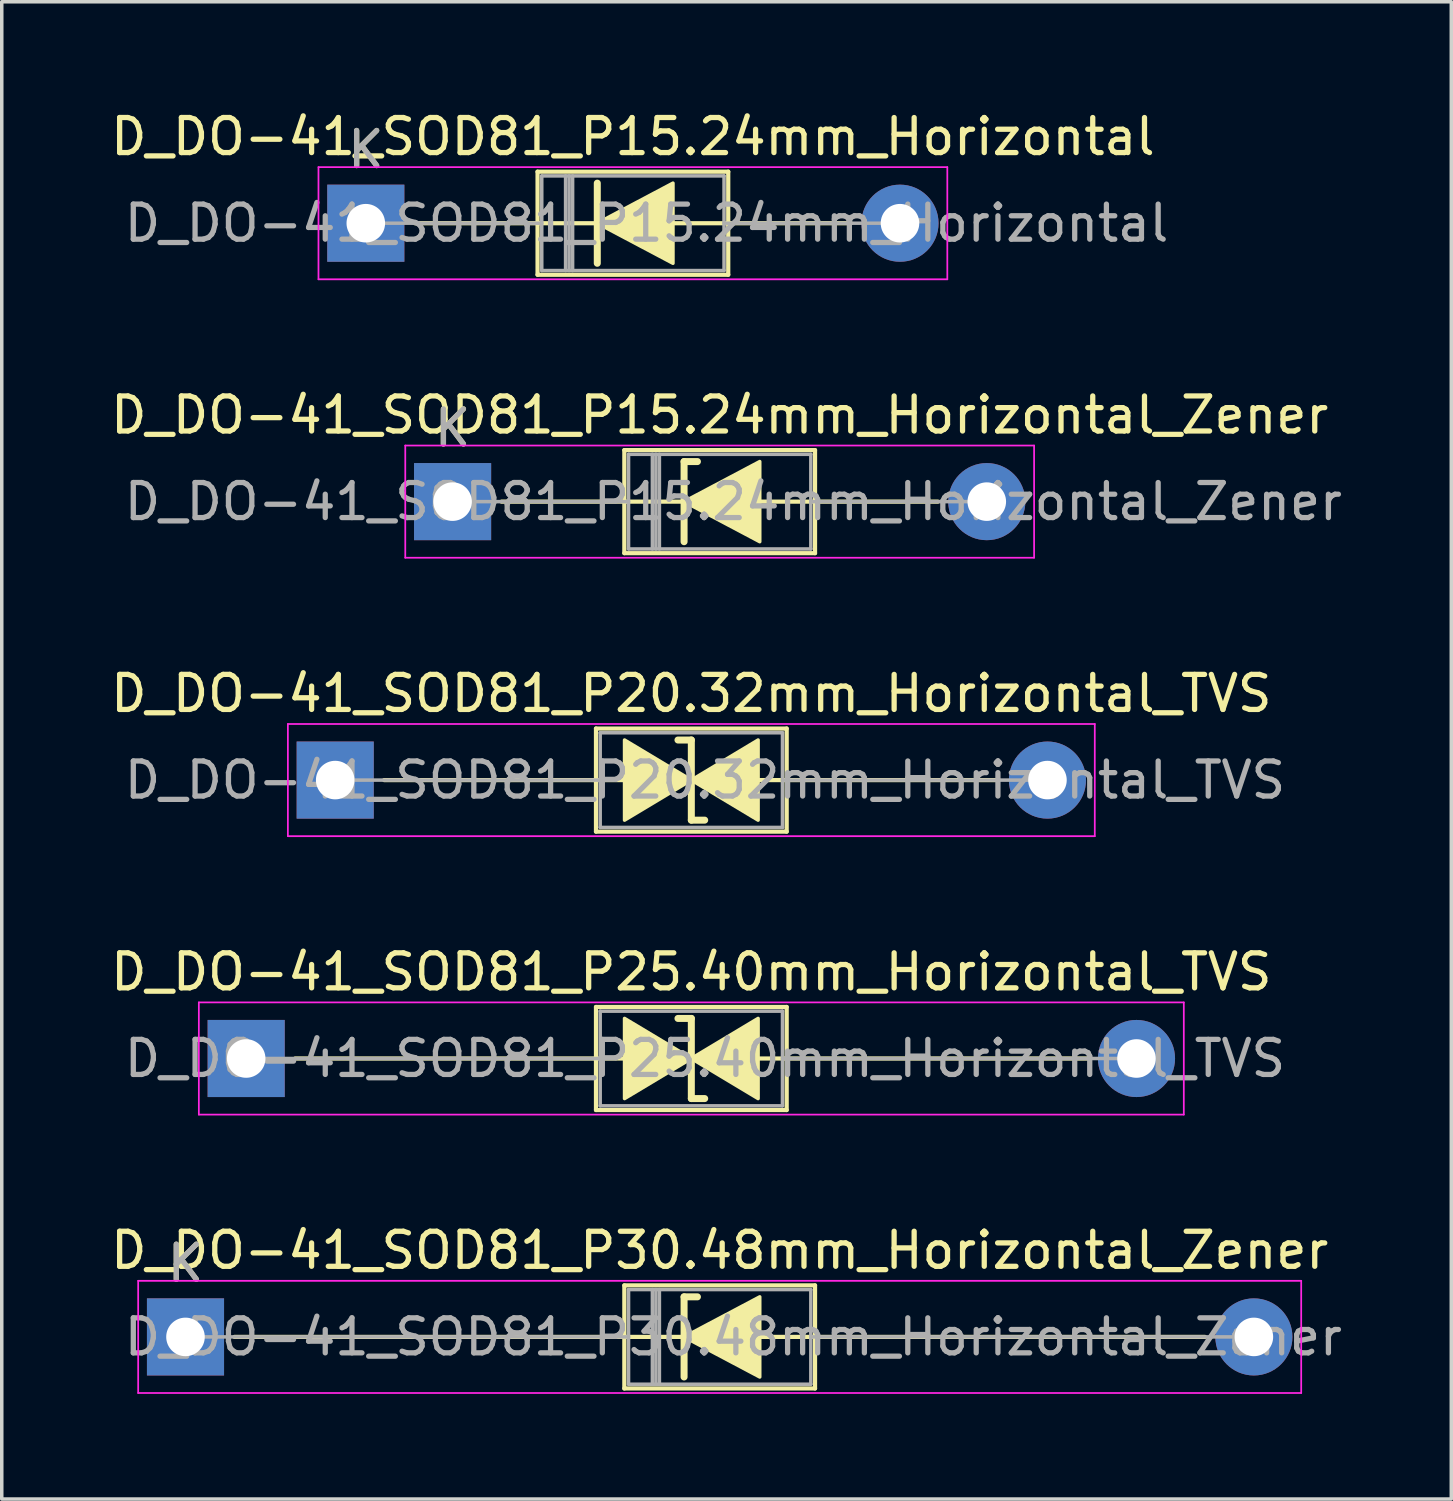
<source format=kicad_pcb>
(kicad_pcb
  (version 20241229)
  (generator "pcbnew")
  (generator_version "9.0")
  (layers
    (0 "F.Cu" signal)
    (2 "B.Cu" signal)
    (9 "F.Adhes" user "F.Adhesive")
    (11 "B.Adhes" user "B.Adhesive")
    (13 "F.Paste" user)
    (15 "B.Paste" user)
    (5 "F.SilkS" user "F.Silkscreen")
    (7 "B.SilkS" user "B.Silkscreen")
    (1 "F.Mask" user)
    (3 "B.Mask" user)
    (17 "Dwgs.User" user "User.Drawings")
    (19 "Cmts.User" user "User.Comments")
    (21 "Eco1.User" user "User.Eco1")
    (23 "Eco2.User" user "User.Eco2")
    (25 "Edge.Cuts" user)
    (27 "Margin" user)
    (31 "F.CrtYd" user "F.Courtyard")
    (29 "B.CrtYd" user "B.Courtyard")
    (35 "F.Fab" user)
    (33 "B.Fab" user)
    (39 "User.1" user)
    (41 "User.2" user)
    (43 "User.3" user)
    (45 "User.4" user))
  (footprint "D_DO-41_SOD81_P20.32mm_Horizontal_TVS"
    (layer "F.Cu")
    (at 6.513 19.205)
    (property "Reference" "D_DO-41_SOD81_P20.32mm_Horizontal_TVS" (at 10.16 -2.47 0) (layer "F.SilkS") (effects (font (size 1 1) (thickness 0.15))))
    (fp_line (start 1.397 0) (end 7.44 0) (stroke (width 0.12) (type solid)) (layer "F.SilkS"))
    (fp_line (start 7.44 -1.47) (end 7.44 1.47) (stroke (width 0.12) (type solid)) (layer "F.SilkS"))
    (fp_line (start 7.44 0) (end 8.255 0) (stroke (width 0.12) (type solid)) (layer "F.SilkS"))
    (fp_line (start 7.44 1.47) (end 12.88 1.47) (stroke (width 0.12) (type solid)) (layer "F.SilkS"))
    (fp_line (start 10.16 -1.143) (end 9.779 -1.143) (stroke (width 0.2) (type solid)) (layer "F.SilkS"))
    (fp_line (start 10.16 1.143) (end 10.16 -1.143) (stroke (width 0.2) (type solid)) (layer "F.SilkS"))
    (fp_line (start 10.541 1.143) (end 10.16 1.143) (stroke (width 0.2) (type solid)) (layer "F.SilkS"))
    (fp_line (start 12.065 0) (end 12.88 0) (stroke (width 0.12) (type solid)) (layer "F.SilkS"))
    (fp_line (start 12.88 -1.47) (end 7.44 -1.47) (stroke (width 0.12) (type solid)) (layer "F.SilkS"))
    (fp_line (start 12.88 1.47) (end 12.88 -1.47) (stroke (width 0.12) (type solid)) (layer "F.SilkS"))
    (fp_line (start 18.923 0) (end 12.88 0) (stroke (width 0.12) (type solid)) (layer "F.SilkS"))
    (fp_poly (pts (xy 10.16 0) (xy 8.255 1.143) (xy 8.255 -1.143)) (stroke (width 0.1) (type solid)) (fill yes) (layer "F.SilkS"))
    (fp_poly (pts (xy 10.16 0) (xy 12.065 -1.143) (xy 12.065 1.143)) (stroke (width 0.1) (type solid)) (fill yes) (layer "F.SilkS"))
    (fp_line (start -1.35 -1.6) (end -1.35 1.6) (stroke (width 0.05) (type solid)) (layer "F.CrtYd"))
    (fp_line (start -1.35 1.6) (end 21.67 1.6) (stroke (width 0.05) (type solid)) (layer "F.CrtYd"))
    (fp_line (start 21.67 -1.6) (end -1.35 -1.6) (stroke (width 0.05) (type solid)) (layer "F.CrtYd"))
    (fp_line (start 21.67 1.6) (end 21.67 -1.6) (stroke (width 0.05) (type solid)) (layer "F.CrtYd"))
    (fp_line (start 0 0) (end 7.56 0) (stroke (width 0.1) (type solid)) (layer "F.Fab"))
    (fp_line (start 7.56 -1.35) (end 7.56 1.35) (stroke (width 0.1) (type solid)) (layer "F.Fab"))
    (fp_line (start 7.56 1.35) (end 12.76 1.35) (stroke (width 0.1) (type solid)) (layer "F.Fab"))
    (fp_line (start 12.76 -1.35) (end 7.56 -1.35) (stroke (width 0.1) (type solid)) (layer "F.Fab"))
    (fp_line (start 12.76 1.35) (end 12.76 -1.35) (stroke (width 0.1) (type solid)) (layer "F.Fab"))
    (fp_line (start 20.32 0) (end 12.76 0) (stroke (width 0.1) (type solid)) (layer "F.Fab"))
    (fp_text user "${REFERENCE}" (at 10.55 0 0) (layer "F.Fab") (effects (font (size 1 1) (thickness 0.15))))
    (pad "1" thru_hole rect (at 0 0) (size 2.2 2.2) (drill 1.1) (layers "*.Cu" "*.Mask"))
    (pad "2" thru_hole oval (at 20.32 0) (size 2.2 2.2) (drill 1.1) (layers "*.Cu" "*.Mask")))
  (footprint "D_DO-41_SOD81_P30.48mm_Horizontal_Zener"
    (layer "F.Cu")
    (at 2.242 35.091)
    (property "Reference" "D_DO-41_SOD81_P30.48mm_Horizontal_Zener" (at 15.24 -2.47 0) (layer "F.SilkS") (effects (font (size 1 1) (thickness 0.15))))
    (attr through_hole)
    (fp_line (start 1.397 0) (end 12.52 0) (stroke (width 0.12) (type solid)) (layer "F.SilkS"))
    (fp_line (start 12.52 -1.47) (end 12.52 1.47) (stroke (width 0.12) (type solid)) (layer "F.SilkS"))
    (fp_line (start 12.52 1.47) (end 17.96 1.47) (stroke (width 0.12) (type solid)) (layer "F.SilkS"))
    (fp_line (start 14.224 -1.143) (end 14.224 1.143) (stroke (width 0.2) (type solid)) (layer "F.SilkS"))
    (fp_line (start 14.224 -1.143) (end 14.605 -1.143) (stroke (width 0.2) (type solid)) (layer "F.SilkS"))
    (fp_line (start 14.224 0) (end 12.52 0) (stroke (width 0.12) (type solid)) (layer "F.SilkS"))
    (fp_line (start 16.383 0) (end 17.96 0) (stroke (width 0.12) (type solid)) (layer "F.SilkS"))
    (fp_line (start 17.96 -1.47) (end 12.52 -1.47) (stroke (width 0.12) (type solid)) (layer "F.SilkS"))
    (fp_line (start 17.96 1.47) (end 17.96 -1.47) (stroke (width 0.12) (type solid)) (layer "F.SilkS"))
    (fp_line (start 29.083 0) (end 17.96 0) (stroke (width 0.12) (type solid)) (layer "F.SilkS"))
    (fp_poly (pts (xy 16.383 1.143) (xy 14.224 0) (xy 16.383 -1.143)) (stroke (width 0.1) (type solid)) (fill yes) (layer "F.SilkS"))
    (fp_line (start -1.35 -1.6) (end -1.35 1.6) (stroke (width 0.05) (type solid)) (layer "F.CrtYd"))
    (fp_line (start -1.35 1.6) (end 31.83 1.6) (stroke (width 0.05) (type solid)) (layer "F.CrtYd"))
    (fp_line (start 31.83 -1.6) (end -1.35 -1.6) (stroke (width 0.05) (type solid)) (layer "F.CrtYd"))
    (fp_line (start 31.83 1.6) (end 31.83 -1.6) (stroke (width 0.05) (type solid)) (layer "F.CrtYd"))
    (fp_line (start 0 0) (end 12.64 0) (stroke (width 0.1) (type solid)) (layer "F.Fab"))
    (fp_line (start 12.64 -1.35) (end 12.64 1.35) (stroke (width 0.1) (type solid)) (layer "F.Fab"))
    (fp_line (start 12.64 1.35) (end 17.84 1.35) (stroke (width 0.1) (type solid)) (layer "F.Fab"))
    (fp_line (start 13.32 -1.35) (end 13.32 1.35) (stroke (width 0.1) (type solid)) (layer "F.Fab"))
    (fp_line (start 13.42 -1.35) (end 13.42 1.35) (stroke (width 0.1) (type solid)) (layer "F.Fab"))
    (fp_line (start 13.52 -1.35) (end 13.52 1.35) (stroke (width 0.1) (type solid)) (layer "F.Fab"))
    (fp_line (start 17.84 -1.35) (end 12.64 -1.35) (stroke (width 0.1) (type solid)) (layer "F.Fab"))
    (fp_line (start 17.84 1.35) (end 17.84 -1.35) (stroke (width 0.1) (type solid)) (layer "F.Fab"))
    (fp_line (start 30.48 0) (end 17.84 0) (stroke (width 0.1) (type solid)) (layer "F.Fab"))
    (fp_text user "K" (at 0 -2.1 0) (layer "F.SilkS") (effects (font (size 1 1) (thickness 0.15))))
    (fp_text user "${REFERENCE}" (at 15.63 0 0) (layer "F.Fab") (effects (font (size 1 1) (thickness 0.15))))
    (fp_text user "K" (at 0 -2.1 0) (layer "F.Fab") (effects (font (size 1 1) (thickness 0.15))))
    (pad "1" thru_hole rect (at 0 0) (size 2.2 2.2) (drill 1.1) (layers "*.Cu" "*.Mask"))
    (pad "2" thru_hole oval (at 30.48 0) (size 2.2 2.2) (drill 1.1) (layers "*.Cu" "*.Mask")))
  (footprint "D_DO-41_SOD81_P15.24mm_Horizontal_Zener"
    (layer "F.Cu")
    (at 9.862 11.261)
    (property "Reference" "D_DO-41_SOD81_P15.24mm_Horizontal_Zener" (at 7.62 -2.47 0) (layer "F.SilkS") (effects (font (size 1 1) (thickness 0.15))))
    (attr through_hole)
    (fp_line (start 1.397 0) (end 4.9 0) (stroke (width 0.12) (type solid)) (layer "F.SilkS"))
    (fp_line (start 4.9 -1.47) (end 4.9 1.47) (stroke (width 0.12) (type solid)) (layer "F.SilkS"))
    (fp_line (start 4.9 1.47) (end 10.34 1.47) (stroke (width 0.12) (type solid)) (layer "F.SilkS"))
    (fp_line (start 6.604 -1.143) (end 6.604 1.143) (stroke (width 0.2) (type solid)) (layer "F.SilkS"))
    (fp_line (start 6.604 -1.143) (end 6.985 -1.143) (stroke (width 0.2) (type solid)) (layer "F.SilkS"))
    (fp_line (start 6.604 0) (end 4.9 0) (stroke (width 0.12) (type solid)) (layer "F.SilkS"))
    (fp_line (start 8.763 0) (end 10.34 0) (stroke (width 0.12) (type solid)) (layer "F.SilkS"))
    (fp_line (start 10.34 -1.47) (end 4.9 -1.47) (stroke (width 0.12) (type solid)) (layer "F.SilkS"))
    (fp_line (start 10.34 1.47) (end 10.34 -1.47) (stroke (width 0.12) (type solid)) (layer "F.SilkS"))
    (fp_line (start 13.843 0) (end 10.34 0) (stroke (width 0.12) (type solid)) (layer "F.SilkS"))
    (fp_poly (pts (xy 8.763 1.143) (xy 6.604 0) (xy 8.763 -1.143)) (stroke (width 0.1) (type solid)) (fill yes) (layer "F.SilkS"))
    (fp_line (start -1.35 -1.6) (end -1.35 1.6) (stroke (width 0.05) (type solid)) (layer "F.CrtYd"))
    (fp_line (start -1.35 1.6) (end 16.59 1.6) (stroke (width 0.05) (type solid)) (layer "F.CrtYd"))
    (fp_line (start 16.59 -1.6) (end -1.35 -1.6) (stroke (width 0.05) (type solid)) (layer "F.CrtYd"))
    (fp_line (start 16.59 1.6) (end 16.59 -1.6) (stroke (width 0.05) (type solid)) (layer "F.CrtYd"))
    (fp_line (start 0 0) (end 5.02 0) (stroke (width 0.1) (type solid)) (layer "F.Fab"))
    (fp_line (start 5.02 -1.35) (end 5.02 1.35) (stroke (width 0.1) (type solid)) (layer "F.Fab"))
    (fp_line (start 5.02 1.35) (end 10.22 1.35) (stroke (width 0.1) (type solid)) (layer "F.Fab"))
    (fp_line (start 5.7 -1.35) (end 5.7 1.35) (stroke (width 0.1) (type solid)) (layer "F.Fab"))
    (fp_line (start 5.8 -1.35) (end 5.8 1.35) (stroke (width 0.1) (type solid)) (layer "F.Fab"))
    (fp_line (start 5.9 -1.35) (end 5.9 1.35) (stroke (width 0.1) (type solid)) (layer "F.Fab"))
    (fp_line (start 10.22 -1.35) (end 5.02 -1.35) (stroke (width 0.1) (type solid)) (layer "F.Fab"))
    (fp_line (start 10.22 1.35) (end 10.22 -1.35) (stroke (width 0.1) (type solid)) (layer "F.Fab"))
    (fp_line (start 15.24 0) (end 10.22 0) (stroke (width 0.1) (type solid)) (layer "F.Fab"))
    (fp_text user "K" (at 0 -2.1 0) (layer "F.SilkS") (effects (font (size 1 1) (thickness 0.15))))
    (fp_text user "${REFERENCE}" (at 8.01 0 0) (layer "F.Fab") (effects (font (size 1 1) (thickness 0.15))))
    (fp_text user "K" (at 0 -2.1 0) (layer "F.Fab") (effects (font (size 1 1) (thickness 0.15))))
    (pad "1" thru_hole rect (at 0 0) (size 2.2 2.2) (drill 1.1) (layers "*.Cu" "*.Mask"))
    (pad "2" thru_hole oval (at 15.24 0) (size 2.2 2.2) (drill 1.1) (layers "*.Cu" "*.Mask")))
  (footprint "D_DO-41_SOD81_P25.40mm_Horizontal_TVS"
    (layer "F.Cu")
    (at 3.973 27.148)
    (property "Reference" "D_DO-41_SOD81_P25.40mm_Horizontal_TVS" (at 12.7 -2.47 0) (layer "F.SilkS") (effects (font (size 1 1) (thickness 0.15))))
    (fp_line (start 1.397 0) (end 9.98 0) (stroke (width 0.12) (type solid)) (layer "F.SilkS"))
    (fp_line (start 9.98 -1.47) (end 9.98 1.47) (stroke (width 0.12) (type solid)) (layer "F.SilkS"))
    (fp_line (start 9.98 0) (end 10.795 0) (stroke (width 0.12) (type solid)) (layer "F.SilkS"))
    (fp_line (start 9.98 1.47) (end 15.42 1.47) (stroke (width 0.12) (type solid)) (layer "F.SilkS"))
    (fp_line (start 12.7 -1.143) (end 12.319 -1.143) (stroke (width 0.2) (type solid)) (layer "F.SilkS"))
    (fp_line (start 12.7 1.143) (end 12.7 -1.143) (stroke (width 0.2) (type solid)) (layer "F.SilkS"))
    (fp_line (start 13.081 1.143) (end 12.7 1.143) (stroke (width 0.2) (type solid)) (layer "F.SilkS"))
    (fp_line (start 14.605 0) (end 15.42 0) (stroke (width 0.12) (type solid)) (layer "F.SilkS"))
    (fp_line (start 15.42 -1.47) (end 9.98 -1.47) (stroke (width 0.12) (type solid)) (layer "F.SilkS"))
    (fp_line (start 15.42 1.47) (end 15.42 -1.47) (stroke (width 0.12) (type solid)) (layer "F.SilkS"))
    (fp_line (start 24.003 0) (end 15.42 0) (stroke (width 0.12) (type solid)) (layer "F.SilkS"))
    (fp_poly (pts (xy 12.7 0) (xy 10.795 1.143) (xy 10.795 -1.143)) (stroke (width 0.1) (type solid)) (fill yes) (layer "F.SilkS"))
    (fp_poly (pts (xy 12.7 0) (xy 14.605 -1.143) (xy 14.605 1.143)) (stroke (width 0.1) (type solid)) (fill yes) (layer "F.SilkS"))
    (fp_line (start -1.35 -1.6) (end -1.35 1.6) (stroke (width 0.05) (type solid)) (layer "F.CrtYd"))
    (fp_line (start -1.35 1.6) (end 26.75 1.6) (stroke (width 0.05) (type solid)) (layer "F.CrtYd"))
    (fp_line (start 26.75 -1.6) (end -1.35 -1.6) (stroke (width 0.05) (type solid)) (layer "F.CrtYd"))
    (fp_line (start 26.75 1.6) (end 26.75 -1.6) (stroke (width 0.05) (type solid)) (layer "F.CrtYd"))
    (fp_line (start 0 0) (end 10.1 0) (stroke (width 0.1) (type solid)) (layer "F.Fab"))
    (fp_line (start 10.1 -1.35) (end 10.1 1.35) (stroke (width 0.1) (type solid)) (layer "F.Fab"))
    (fp_line (start 10.1 1.35) (end 15.3 1.35) (stroke (width 0.1) (type solid)) (layer "F.Fab"))
    (fp_line (start 15.3 -1.35) (end 10.1 -1.35) (stroke (width 0.1) (type solid)) (layer "F.Fab"))
    (fp_line (start 15.3 1.35) (end 15.3 -1.35) (stroke (width 0.1) (type solid)) (layer "F.Fab"))
    (fp_line (start 25.4 0) (end 15.3 0) (stroke (width 0.1) (type solid)) (layer "F.Fab"))
    (fp_text user "${REFERENCE}" (at 13.09 0 0) (layer "F.Fab") (effects (font (size 1 1) (thickness 0.15))))
    (pad "1" thru_hole rect (at 0 0) (size 2.2 2.2) (drill 1.1) (layers "*.Cu" "*.Mask"))
    (pad "2" thru_hole oval (at 25.4 0) (size 2.2 2.2) (drill 1.1) (layers "*.Cu" "*.Mask")))
  (footprint "D_DO-41_SOD81_P15.24mm_Horizontal"
    (layer "F.Cu")
    (at 7.386 3.318)
    (property "Reference" "D_DO-41_SOD81_P15.24mm_Horizontal" (at 7.62 -2.47 0) (layer "F.SilkS") (effects (font (size 1 1) (thickness 0.15))))
    (attr through_hole)
    (fp_line (start 1.397 0) (end 4.9 0) (stroke (width 0.12) (type solid)) (layer "F.SilkS"))
    (fp_line (start 4.9 -1.47) (end 4.9 1.47) (stroke (width 0.12) (type solid)) (layer "F.SilkS"))
    (fp_line (start 4.9 1.47) (end 10.34 1.47) (stroke (width 0.12) (type solid)) (layer "F.SilkS"))
    (fp_line (start 6.604 -1.143) (end 6.604 1.143) (stroke (width 0.2) (type solid)) (layer "F.SilkS"))
    (fp_line (start 6.604 0) (end 4.9 0) (stroke (width 0.12) (type solid)) (layer "F.SilkS"))
    (fp_line (start 8.763 0) (end 10.34 0) (stroke (width 0.12) (type solid)) (layer "F.SilkS"))
    (fp_line (start 10.34 -1.47) (end 4.9 -1.47) (stroke (width 0.12) (type solid)) (layer "F.SilkS"))
    (fp_line (start 10.34 1.47) (end 10.34 -1.47) (stroke (width 0.12) (type solid)) (layer "F.SilkS"))
    (fp_line (start 13.843 0) (end 10.34 0) (stroke (width 0.12) (type solid)) (layer "F.SilkS"))
    (fp_poly (pts (xy 8.763 1.143) (xy 6.604 0) (xy 8.763 -1.143)) (stroke (width 0.1) (type solid)) (fill yes) (layer "F.SilkS"))
    (fp_line (start -1.35 -1.6) (end -1.35 1.6) (stroke (width 0.05) (type solid)) (layer "F.CrtYd"))
    (fp_line (start -1.35 1.6) (end 16.59 1.6) (stroke (width 0.05) (type solid)) (layer "F.CrtYd"))
    (fp_line (start 16.59 -1.6) (end -1.35 -1.6) (stroke (width 0.05) (type solid)) (layer "F.CrtYd"))
    (fp_line (start 16.59 1.6) (end 16.59 -1.6) (stroke (width 0.05) (type solid)) (layer "F.CrtYd"))
    (fp_line (start 0 0) (end 5.02 0) (stroke (width 0.1) (type solid)) (layer "F.Fab"))
    (fp_line (start 5.02 -1.35) (end 5.02 1.35) (stroke (width 0.1) (type solid)) (layer "F.Fab"))
    (fp_line (start 5.02 1.35) (end 10.22 1.35) (stroke (width 0.1) (type solid)) (layer "F.Fab"))
    (fp_line (start 5.7 -1.35) (end 5.7 1.35) (stroke (width 0.1) (type solid)) (layer "F.Fab"))
    (fp_line (start 5.8 -1.35) (end 5.8 1.35) (stroke (width 0.1) (type solid)) (layer "F.Fab"))
    (fp_line (start 5.9 -1.35) (end 5.9 1.35) (stroke (width 0.1) (type solid)) (layer "F.Fab"))
    (fp_line (start 10.22 -1.35) (end 5.02 -1.35) (stroke (width 0.1) (type solid)) (layer "F.Fab"))
    (fp_line (start 10.22 1.35) (end 10.22 -1.35) (stroke (width 0.1) (type solid)) (layer "F.Fab"))
    (fp_line (start 15.24 0) (end 10.22 0) (stroke (width 0.1) (type solid)) (layer "F.Fab"))
    (fp_text user "K" (at 0 -2.1 0) (layer "F.SilkS") (effects (font (size 1 1) (thickness 0.15))))
    (fp_text user "${REFERENCE}" (at 8.01 0 0) (layer "F.Fab") (effects (font (size 1 1) (thickness 0.15))))
    (fp_text user "K" (at 0 -2.1 0) (layer "F.Fab") (effects (font (size 1 1) (thickness 0.15))))
    (pad "1" thru_hole rect (at 0 0) (size 2.2 2.2) (drill 1.1) (layers "*.Cu" "*.Mask"))
    (pad "2" thru_hole oval (at 15.24 0) (size 2.2 2.2) (drill 1.1) (layers "*.Cu" "*.Mask")))
  (gr_rect
    (start -3 -3)
    (end 38.354 39.716)
    (stroke (width 0.1) (type default))
    (fill no)
    (layer "Edge.Cuts")))
</source>
